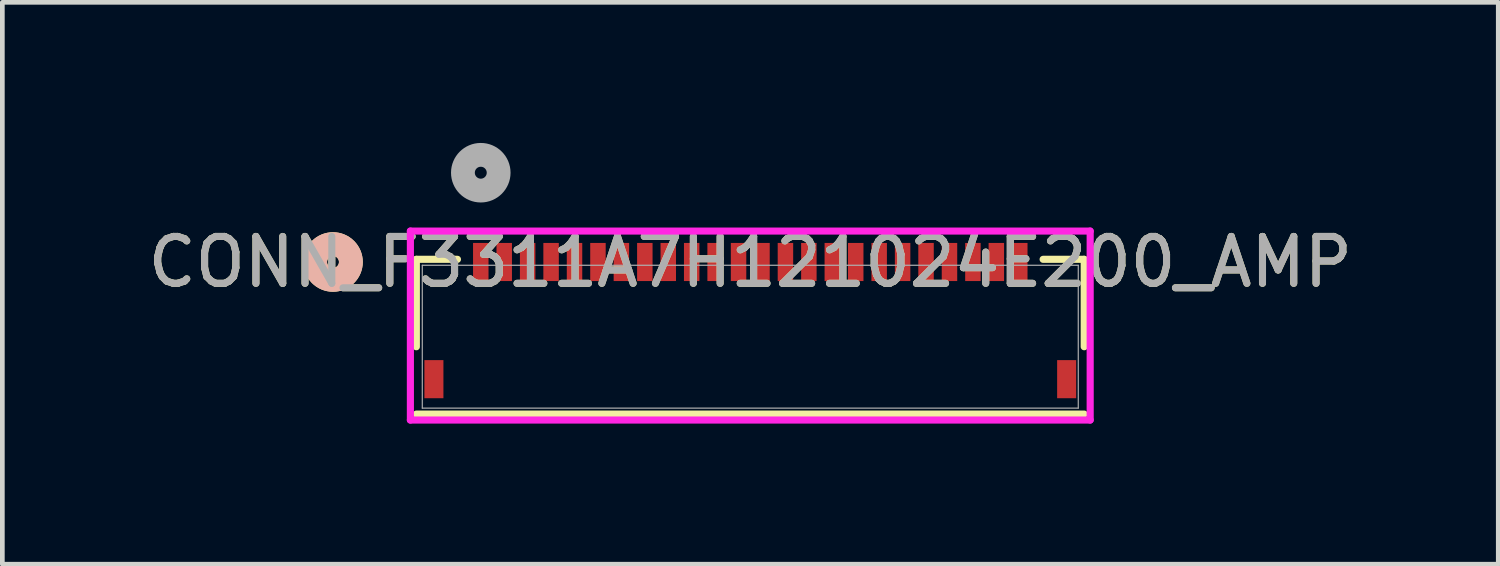
<source format=kicad_pcb>
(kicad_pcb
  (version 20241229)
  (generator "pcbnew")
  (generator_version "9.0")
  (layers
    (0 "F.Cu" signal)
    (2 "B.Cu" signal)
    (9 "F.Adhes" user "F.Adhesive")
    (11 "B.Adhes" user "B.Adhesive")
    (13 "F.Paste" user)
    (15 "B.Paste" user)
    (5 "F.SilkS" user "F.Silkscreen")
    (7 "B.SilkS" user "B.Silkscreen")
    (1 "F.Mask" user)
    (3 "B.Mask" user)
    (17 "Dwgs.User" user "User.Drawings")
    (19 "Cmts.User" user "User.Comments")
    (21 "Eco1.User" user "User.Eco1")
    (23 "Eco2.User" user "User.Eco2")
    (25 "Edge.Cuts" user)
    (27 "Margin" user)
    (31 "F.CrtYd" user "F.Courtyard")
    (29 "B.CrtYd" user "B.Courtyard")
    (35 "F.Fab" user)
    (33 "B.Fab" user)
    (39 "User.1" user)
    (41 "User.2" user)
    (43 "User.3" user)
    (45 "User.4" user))
  (footprint "CONN_F3311A7H121024E200_AMP"
    (layer "F.Cu")
    (at 12.958 4.134)
    (property "Reference" "CONN_F3311A7H121024E200_AMP" (at 0 -1.594 0) (unlocked yes) (layer "F.SilkS") (effects (font (size 1 1) (thickness 0.15))))
    (attr smd)
    (fp_line (start -7.125 -1.651) (end -7.125 0.214) (stroke (width 0.152) (type solid)) (layer "F.SilkS"))
    (fp_line (start -7.125 1.651) (end 7.125 1.651) (stroke (width 0.152) (type solid)) (layer "F.SilkS"))
    (fp_line (start -6.248 -1.651) (end -7.125 -1.651) (stroke (width 0.152) (type solid)) (layer "F.SilkS"))
    (fp_line (start 7.125 -1.651) (end 6.248 -1.651) (stroke (width 0.152) (type solid)) (layer "F.SilkS"))
    (fp_line (start 7.125 0.214) (end 7.125 -1.651) (stroke (width 0.152) (type solid)) (layer "F.SilkS"))
    (fp_circle (center -8.903 -1.594) (end -8.522 -1.594) (stroke (width 0.508) (type solid)) (fill no) (layer "F.SilkS"))
    (fp_circle (center -8.903 -1.594) (end -8.522 -1.594) (stroke (width 0.508) (type solid)) (fill no) (layer "B.SilkS"))
    (fp_line (start -7.252 -2.254) (end -7.252 1.778) (stroke (width 0.152) (type solid)) (layer "F.CrtYd"))
    (fp_line (start -7.252 1.778) (end 7.252 1.778) (stroke (width 0.152) (type solid)) (layer "F.CrtYd"))
    (fp_line (start 7.252 -2.254) (end -7.252 -2.254) (stroke (width 0.152) (type solid)) (layer "F.CrtYd"))
    (fp_line (start 7.252 1.778) (end 7.252 -2.254) (stroke (width 0.152) (type solid)) (layer "F.CrtYd"))
    (fp_line (start -6.998 -1.524) (end -6.998 1.524) (stroke (width 0.025) (type solid)) (layer "F.Fab"))
    (fp_line (start -6.998 1.524) (end 6.998 1.524) (stroke (width 0.025) (type solid)) (layer "F.Fab"))
    (fp_line (start 6.998 -1.524) (end -6.998 -1.524) (stroke (width 0.025) (type solid)) (layer "F.Fab"))
    (fp_line (start 6.998 1.524) (end 6.998 -1.524) (stroke (width 0.025) (type solid)) (layer "F.Fab"))
    (fp_circle (center -5.75 -3.499) (end -5.369 -3.499) (stroke (width 0.508) (type solid)) (fill no) (layer "F.Fab"))
    (fp_text user "${REFERENCE}" (at 0 -1.594 0) (unlocked yes) (layer "F.Fab") (effects (font (size 1 1) (thickness 0.15))))
    (pad "1" smd rect (at -5.75 -1.594) (size 0.33 0.813) (layers "F.Cu" "F.Mask" "F.Paste"))
    (pad "2" smd rect (at -5.25 -1.594) (size 0.33 0.813) (layers "F.Cu" "F.Mask" "F.Paste"))
    (pad "3" smd rect (at -4.75 -1.594) (size 0.33 0.813) (layers "F.Cu" "F.Mask" "F.Paste"))
    (pad "4" smd rect (at -4.25 -1.594) (size 0.33 0.813) (layers "F.Cu" "F.Mask" "F.Paste"))
    (pad "5" smd rect (at -3.75 -1.594) (size 0.33 0.813) (layers "F.Cu" "F.Mask" "F.Paste"))
    (pad "6" smd rect (at -3.25 -1.594) (size 0.33 0.813) (layers "F.Cu" "F.Mask" "F.Paste"))
    (pad "7" smd rect (at -2.75 -1.594) (size 0.33 0.813) (layers "F.Cu" "F.Mask" "F.Paste"))
    (pad "8" smd rect (at -2.25 -1.594) (size 0.33 0.813) (layers "F.Cu" "F.Mask" "F.Paste"))
    (pad "9" smd rect (at -1.75 -1.594) (size 0.33 0.813) (layers "F.Cu" "F.Mask" "F.Paste"))
    (pad "10" smd rect (at -1.25 -1.594) (size 0.33 0.813) (layers "F.Cu" "F.Mask" "F.Paste"))
    (pad "11" smd rect (at -0.75 -1.594) (size 0.33 0.813) (layers "F.Cu" "F.Mask" "F.Paste"))
    (pad "12" smd rect (at -0.25 -1.594) (size 0.33 0.813) (layers "F.Cu" "F.Mask" "F.Paste"))
    (pad "13" smd rect (at 0.25 -1.594) (size 0.33 0.813) (layers "F.Cu" "F.Mask" "F.Paste"))
    (pad "14" smd rect (at 0.75 -1.594) (size 0.33 0.813) (layers "F.Cu" "F.Mask" "F.Paste"))
    (pad "15" smd rect (at 1.25 -1.594) (size 0.33 0.813) (layers "F.Cu" "F.Mask" "F.Paste"))
    (pad "16" smd rect (at 1.75 -1.594) (size 0.33 0.813) (layers "F.Cu" "F.Mask" "F.Paste"))
    (pad "17" smd rect (at 2.25 -1.594) (size 0.33 0.813) (layers "F.Cu" "F.Mask" "F.Paste"))
    (pad "18" smd rect (at 2.75 -1.594) (size 0.33 0.813) (layers "F.Cu" "F.Mask" "F.Paste"))
    (pad "19" smd rect (at 3.25 -1.594) (size 0.33 0.813) (layers "F.Cu" "F.Mask" "F.Paste"))
    (pad "20" smd rect (at 3.75 -1.594) (size 0.33 0.813) (layers "F.Cu" "F.Mask" "F.Paste"))
    (pad "21" smd rect (at 4.25 -1.594) (size 0.33 0.813) (layers "F.Cu" "F.Mask" "F.Paste"))
    (pad "22" smd rect (at 4.75 -1.594) (size 0.33 0.813) (layers "F.Cu" "F.Mask" "F.Paste"))
    (pad "23" smd rect (at 5.25 -1.594) (size 0.33 0.813) (layers "F.Cu" "F.Mask" "F.Paste"))
    (pad "24" smd rect (at 5.75 -1.594) (size 0.33 0.813) (layers "F.Cu" "F.Mask" "F.Paste"))
    (pad "25" smd rect (at -6.75 0.906) (size 0.406 0.813) (layers "F.Cu" "F.Mask" "F.Paste"))
    (pad "26" smd rect (at 6.75 0.906) (size 0.406 0.813) (layers "F.Cu" "F.Mask" "F.Paste")))
  (gr_rect
    (start -3 -3)
    (end 28.917 8.988)
    (stroke (width 0.1) (type default))
    (fill no)
    (layer "Edge.Cuts")))
</source>
